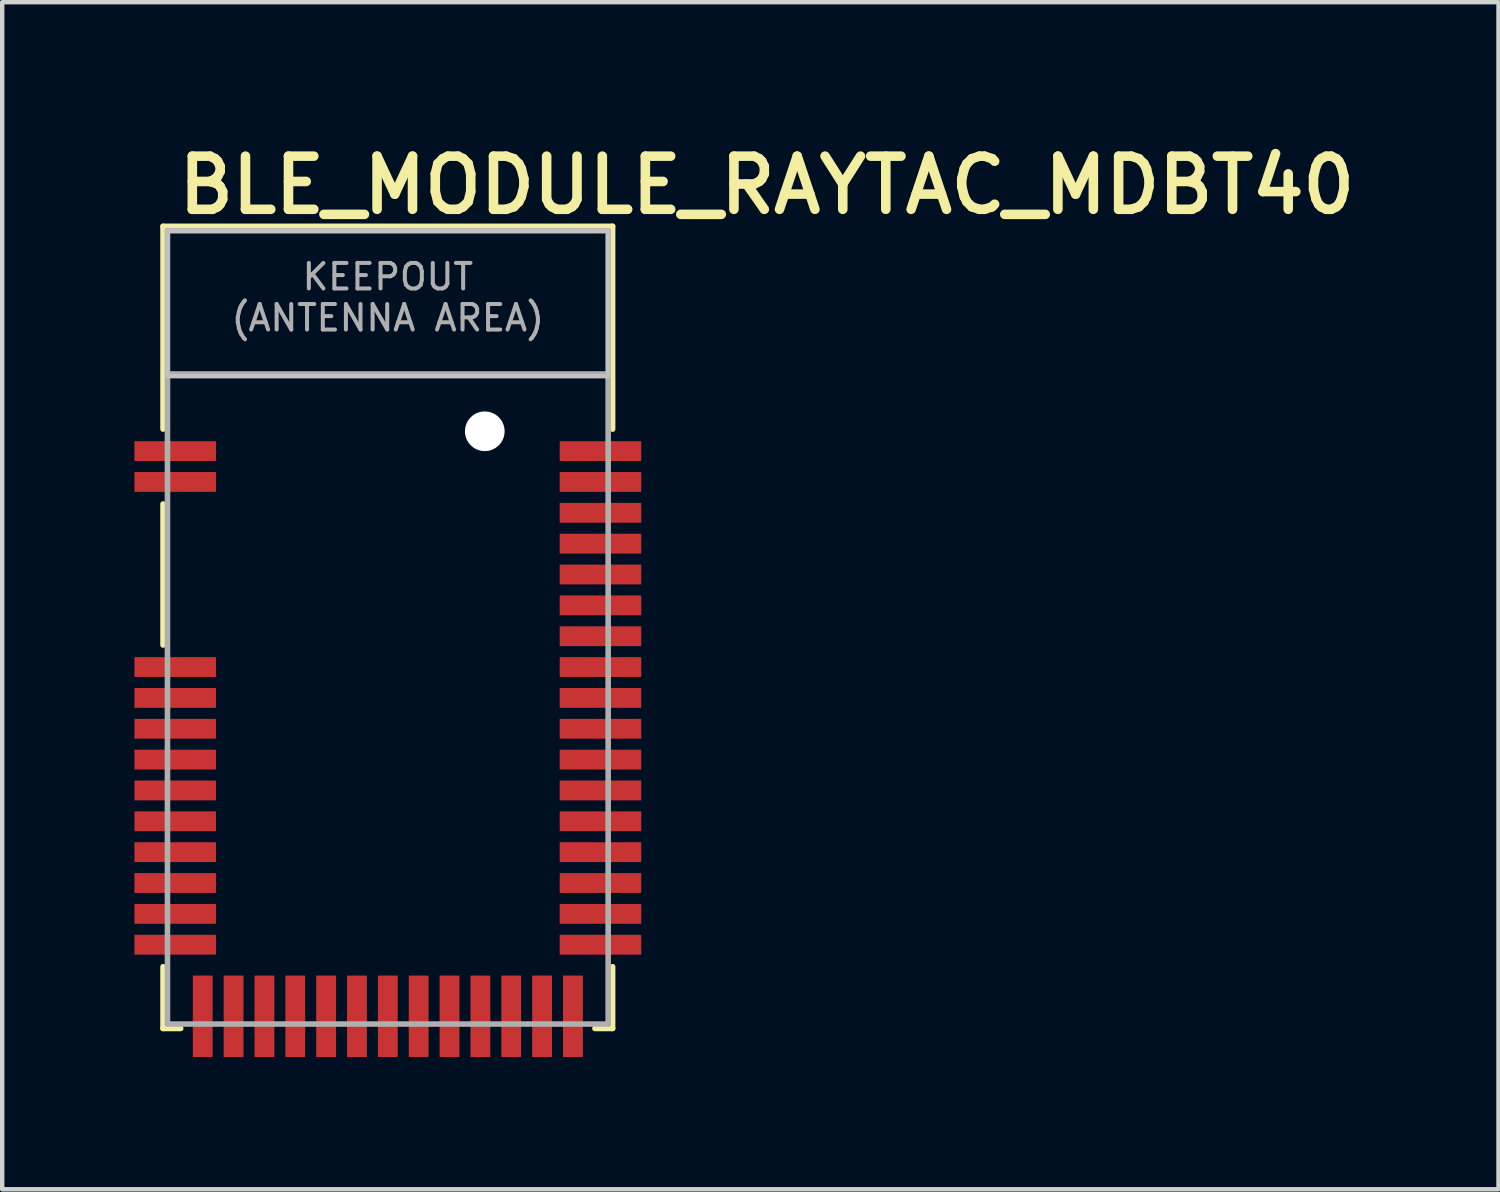
<source format=kicad_pcb>
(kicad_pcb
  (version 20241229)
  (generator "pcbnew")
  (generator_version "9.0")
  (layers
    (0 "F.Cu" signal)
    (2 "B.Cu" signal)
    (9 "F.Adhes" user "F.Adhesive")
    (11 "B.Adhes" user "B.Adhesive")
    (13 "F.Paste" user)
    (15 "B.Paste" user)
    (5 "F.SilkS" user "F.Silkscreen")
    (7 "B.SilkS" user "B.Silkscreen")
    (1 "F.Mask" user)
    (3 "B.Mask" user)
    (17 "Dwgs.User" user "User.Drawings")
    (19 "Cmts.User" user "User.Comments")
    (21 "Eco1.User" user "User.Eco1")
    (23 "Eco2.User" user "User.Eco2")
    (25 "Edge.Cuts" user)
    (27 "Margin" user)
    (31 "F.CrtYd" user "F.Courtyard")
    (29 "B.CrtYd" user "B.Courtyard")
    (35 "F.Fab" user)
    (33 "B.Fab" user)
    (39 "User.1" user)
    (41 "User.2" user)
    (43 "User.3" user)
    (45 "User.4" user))
  (footprint "BLE_MODULE_RAYTAC_MDBT40"
    (layer "F.Cu")
    (at 5.75 11.186)
    (property "Reference" "BLE_MODULE_RAYTAC_MDBT40" (at -4.866 -9.328 180) (layer "F.SilkS") (effects (font (size 1.206 1.206) (thickness 0.217)) (justify left bottom)))
    (attr through_hole)
    (fp_line (start -5.1 -9.1) (end 5.1 -9.1) (stroke (width 0.127) (type solid)) (layer "F.SilkS"))
    (fp_line (start -5.1 -4.5) (end -5.1 -9.1) (stroke (width 0.127) (type solid)) (layer "F.SilkS"))
    (fp_line (start -5.1 -2.8) (end -5.1 0.4) (stroke (width 0.127) (type solid)) (layer "F.SilkS"))
    (fp_line (start -5.1 7.7) (end -5.1 9.1) (stroke (width 0.127) (type solid)) (layer "F.SilkS"))
    (fp_line (start -5.1 9.1) (end -4.7 9.1) (stroke (width 0.127) (type solid)) (layer "F.SilkS"))
    (fp_line (start 4.7 9.1) (end 5.1 9.1) (stroke (width 0.127) (type solid)) (layer "F.SilkS"))
    (fp_line (start 5.1 -9.1) (end 5.1 -4.5) (stroke (width 0.127) (type solid)) (layer "F.SilkS"))
    (fp_line (start 5.1 9.1) (end 5.1 7.7) (stroke (width 0.127) (type solid)) (layer "F.SilkS"))
    (fp_poly (pts (xy -5 -5.7) (xy 5 -5.7) (xy 5 -9) (xy -5 -9)) (stroke (width 0.1) (type solid)) (fill no) (layer "Dwgs.User"))
    (fp_line (start -5 -9) (end 5 -9) (stroke (width 0.127) (type solid)) (layer "F.Fab"))
    (fp_line (start -5 -5.75) (end -5 -9) (stroke (width 0.127) (type solid)) (layer "F.Fab"))
    (fp_line (start -5 -5.75) (end 5 -5.75) (stroke (width 0.127) (type solid)) (layer "F.Fab"))
    (fp_line (start -5 9) (end -5 -5.75) (stroke (width 0.127) (type solid)) (layer "F.Fab"))
    (fp_line (start 5 -9) (end 5 -5.75) (stroke (width 0.127) (type solid)) (layer "F.Fab"))
    (fp_line (start 5 -5.75) (end 5 9) (stroke (width 0.127) (type solid)) (layer "F.Fab"))
    (fp_line (start 5 9) (end -5 9) (stroke (width 0.127) (type solid)) (layer "F.Fab"))
    (fp_text user "KEEPOUT\n(ANTENNA AREA)" (at 0 -7.488 0) (layer "F.Fab") (effects (font (size 0.579 0.579) (thickness 0.091))))
    (pad "" np_thru_hole circle (at 2.2 -4.45) (size 0.9 0.9) (drill 0.9) (layers "*.Cu" "*.Mask"))
    (pad "1" smd rect (at -4.825 -4) (size 1.85 0.45) (layers "F.Cu" "F.Mask" "F.Paste"))
    (pad "2" smd rect (at -4.825 -3.3) (size 1.85 0.45) (layers "F.Cu" "F.Mask" "F.Paste"))
    (pad "3" smd rect (at -4.825 0.9) (size 1.85 0.45) (layers "F.Cu" "F.Mask" "F.Paste"))
    (pad "4" smd rect (at -4.825 1.6) (size 1.85 0.45) (layers "F.Cu" "F.Mask" "F.Paste"))
    (pad "5" smd rect (at -4.825 2.3) (size 1.85 0.45) (layers "F.Cu" "F.Mask" "F.Paste"))
    (pad "6" smd rect (at -4.825 3) (size 1.85 0.45) (layers "F.Cu" "F.Mask" "F.Paste"))
    (pad "7" smd rect (at -4.825 3.7) (size 1.85 0.45) (layers "F.Cu" "F.Mask" "F.Paste"))
    (pad "8" smd rect (at -4.825 4.4) (size 1.85 0.45) (layers "F.Cu" "F.Mask" "F.Paste"))
    (pad "9" smd rect (at -4.825 5.1) (size 1.85 0.45) (layers "F.Cu" "F.Mask" "F.Paste"))
    (pad "10" smd rect (at -4.825 5.8) (size 1.85 0.45) (layers "F.Cu" "F.Mask" "F.Paste"))
    (pad "11" smd rect (at -4.825 6.5) (size 1.85 0.45) (layers "F.Cu" "F.Mask" "F.Paste"))
    (pad "12" smd rect (at -4.825 7.2) (size 1.85 0.45) (layers "F.Cu" "F.Mask" "F.Paste"))
    (pad "13" smd rect (at -4.2 8.825 90) (size 1.85 0.45) (layers "F.Cu" "F.Mask" "F.Paste"))
    (pad "14" smd rect (at -3.5 8.825 90) (size 1.85 0.45) (layers "F.Cu" "F.Mask" "F.Paste"))
    (pad "15" smd rect (at -2.8 8.825 90) (size 1.85 0.45) (layers "F.Cu" "F.Mask" "F.Paste"))
    (pad "16" smd rect (at -2.1 8.825 90) (size 1.85 0.45) (layers "F.Cu" "F.Mask" "F.Paste"))
    (pad "17" smd rect (at -1.4 8.825 90) (size 1.85 0.45) (layers "F.Cu" "F.Mask" "F.Paste"))
    (pad "18" smd rect (at -0.7 8.825 90) (size 1.85 0.45) (layers "F.Cu" "F.Mask" "F.Paste"))
    (pad "19" smd rect (at 0 8.825 90) (size 1.85 0.45) (layers "F.Cu" "F.Mask" "F.Paste"))
    (pad "20" smd rect (at 0.7 8.825 90) (size 1.85 0.45) (layers "F.Cu" "F.Mask" "F.Paste"))
    (pad "21" smd rect (at 1.4 8.825 90) (size 1.85 0.45) (layers "F.Cu" "F.Mask" "F.Paste"))
    (pad "22" smd rect (at 2.1 8.825 90) (size 1.85 0.45) (layers "F.Cu" "F.Mask" "F.Paste"))
    (pad "23" smd rect (at 2.8 8.825 90) (size 1.85 0.45) (layers "F.Cu" "F.Mask" "F.Paste"))
    (pad "24" smd rect (at 3.5 8.825 90) (size 1.85 0.45) (layers "F.Cu" "F.Mask" "F.Paste"))
    (pad "25" smd rect (at 4.2 8.825 90) (size 1.85 0.45) (layers "F.Cu" "F.Mask" "F.Paste"))
    (pad "26" smd rect (at 4.825 7.2) (size 1.85 0.45) (layers "F.Cu" "F.Mask" "F.Paste"))
    (pad "27" smd rect (at 4.825 6.5) (size 1.85 0.45) (layers "F.Cu" "F.Mask" "F.Paste"))
    (pad "28" smd rect (at 4.825 5.8) (size 1.85 0.45) (layers "F.Cu" "F.Mask" "F.Paste"))
    (pad "29" smd rect (at 4.825 5.1) (size 1.85 0.45) (layers "F.Cu" "F.Mask" "F.Paste"))
    (pad "30" smd rect (at 4.825 4.4) (size 1.85 0.45) (layers "F.Cu" "F.Mask" "F.Paste"))
    (pad "31" smd rect (at 4.825 3.7) (size 1.85 0.45) (layers "F.Cu" "F.Mask" "F.Paste"))
    (pad "32" smd rect (at 4.825 3) (size 1.85 0.45) (layers "F.Cu" "F.Mask" "F.Paste"))
    (pad "33" smd rect (at 4.825 2.3) (size 1.85 0.45) (layers "F.Cu" "F.Mask" "F.Paste"))
    (pad "34" smd rect (at 4.825 1.6) (size 1.85 0.45) (layers "F.Cu" "F.Mask" "F.Paste"))
    (pad "35" smd rect (at 4.825 0.9) (size 1.85 0.45) (layers "F.Cu" "F.Mask" "F.Paste"))
    (pad "36" smd rect (at 4.825 0.2) (size 1.85 0.45) (layers "F.Cu" "F.Mask" "F.Paste"))
    (pad "37" smd rect (at 4.825 -0.5) (size 1.85 0.45) (layers "F.Cu" "F.Mask" "F.Paste"))
    (pad "38" smd rect (at 4.825 -1.2) (size 1.85 0.45) (layers "F.Cu" "F.Mask" "F.Paste"))
    (pad "39" smd rect (at 4.825 -1.9) (size 1.85 0.45) (layers "F.Cu" "F.Mask" "F.Paste"))
    (pad "40" smd rect (at 4.825 -2.6) (size 1.85 0.45) (layers "F.Cu" "F.Mask" "F.Paste"))
    (pad "41" smd rect (at 4.825 -3.3) (size 1.85 0.45) (layers "F.Cu" "F.Mask" "F.Paste"))
    (pad "42" smd rect (at 4.825 -4) (size 1.85 0.45) (layers "F.Cu" "F.Mask" "F.Paste")))
  (gr_rect
    (start -3 -3)
    (end 30.952 23.936)
    (stroke (width 0.1) (type default))
    (fill no)
    (layer "Edge.Cuts")))
</source>
